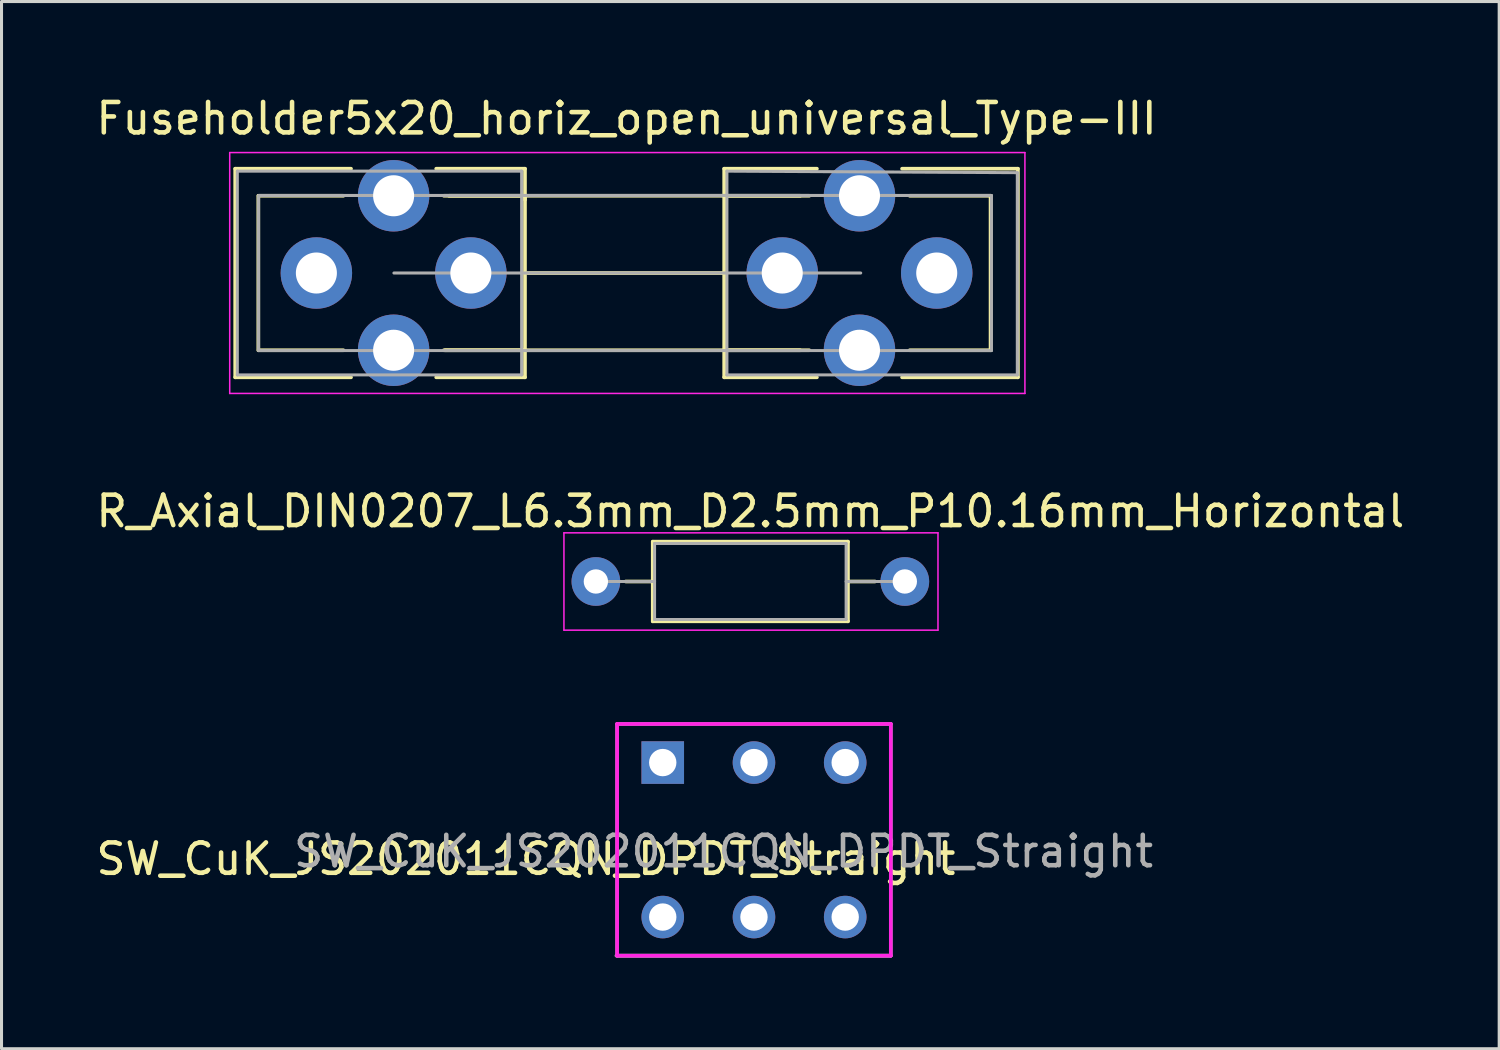
<source format=kicad_pcb>
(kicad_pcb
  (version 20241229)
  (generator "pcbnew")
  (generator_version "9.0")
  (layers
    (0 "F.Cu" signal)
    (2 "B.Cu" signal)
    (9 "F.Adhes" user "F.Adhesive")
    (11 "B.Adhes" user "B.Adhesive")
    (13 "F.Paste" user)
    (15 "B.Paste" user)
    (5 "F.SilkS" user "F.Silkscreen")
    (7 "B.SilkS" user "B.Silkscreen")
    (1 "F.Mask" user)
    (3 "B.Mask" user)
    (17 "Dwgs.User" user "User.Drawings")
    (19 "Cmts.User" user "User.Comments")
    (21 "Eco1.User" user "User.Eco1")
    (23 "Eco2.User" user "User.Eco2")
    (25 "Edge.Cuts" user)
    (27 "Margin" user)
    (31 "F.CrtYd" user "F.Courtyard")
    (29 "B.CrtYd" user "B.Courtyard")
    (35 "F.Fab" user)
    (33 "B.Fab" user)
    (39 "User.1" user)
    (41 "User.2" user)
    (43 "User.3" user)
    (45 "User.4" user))
  (footprint "R_Axial_DIN0207_L6.3mm_D2.5mm_P10.16mm_Horizontal"
    (layer "F.Cu")
    (at 16.545 16.072)
    (property "Reference" "R_Axial_DIN0207_L6.3mm_D2.5mm_P10.16mm_Horizontal" (at 5.08 -2.31 0) (layer "F.SilkS") (effects (font (size 1 1) (thickness 0.15))))
    (attr through_hole)
    (fp_line (start 0.98 0) (end 1.87 0) (stroke (width 0.12) (type solid)) (layer "F.SilkS"))
    (fp_line (start 1.87 -1.31) (end 1.87 1.31) (stroke (width 0.12) (type solid)) (layer "F.SilkS"))
    (fp_line (start 1.87 1.31) (end 8.29 1.31) (stroke (width 0.12) (type solid)) (layer "F.SilkS"))
    (fp_line (start 8.29 -1.31) (end 1.87 -1.31) (stroke (width 0.12) (type solid)) (layer "F.SilkS"))
    (fp_line (start 8.29 1.31) (end 8.29 -1.31) (stroke (width 0.12) (type solid)) (layer "F.SilkS"))
    (fp_line (start 9.18 0) (end 8.29 0) (stroke (width 0.12) (type solid)) (layer "F.SilkS"))
    (fp_line (start -1.05 -1.6) (end -1.05 1.6) (stroke (width 0.05) (type solid)) (layer "F.CrtYd"))
    (fp_line (start -1.05 1.6) (end 11.25 1.6) (stroke (width 0.05) (type solid)) (layer "F.CrtYd"))
    (fp_line (start 11.25 -1.6) (end -1.05 -1.6) (stroke (width 0.05) (type solid)) (layer "F.CrtYd"))
    (fp_line (start 11.25 1.6) (end 11.25 -1.6) (stroke (width 0.05) (type solid)) (layer "F.CrtYd"))
    (fp_line (start 0 0) (end 1.93 0) (stroke (width 0.1) (type solid)) (layer "F.Fab"))
    (fp_line (start 1.93 -1.25) (end 1.93 1.25) (stroke (width 0.1) (type solid)) (layer "F.Fab"))
    (fp_line (start 1.93 1.25) (end 8.23 1.25) (stroke (width 0.1) (type solid)) (layer "F.Fab"))
    (fp_line (start 8.23 -1.25) (end 1.93 -1.25) (stroke (width 0.1) (type solid)) (layer "F.Fab"))
    (fp_line (start 8.23 1.25) (end 8.23 -1.25) (stroke (width 0.1) (type solid)) (layer "F.Fab"))
    (fp_line (start 10.16 0) (end 8.23 0) (stroke (width 0.1) (type solid)) (layer "F.Fab"))
    (pad "1" thru_hole circle (at 0 0) (size 1.6 1.6) (drill 0.8) (layers "*.Cu" "*.Mask"))
    (pad "2" thru_hole oval (at 10.16 0) (size 1.6 1.6) (drill 0.8) (layers "*.Cu" "*.Mask")))
  (footprint "Fuseholder5x20_horiz_open_universal_Type-III"
    (layer "F.Cu")
    (at 7.354 5.928)
    (property "Reference" "Fuseholder5x20_horiz_open_universal_Type-III" (at 10.2 -5.08 0) (layer "F.SilkS") (effects (font (size 1 1) (thickness 0.15))))
    (attr through_hole)
    (fp_line (start -2.67 -3.43) (end -2.67 3.43) (stroke (width 0.12) (type solid)) (layer "F.SilkS"))
    (fp_line (start -2.67 -3.43) (end 1.14 -3.43) (stroke (width 0.12) (type solid)) (layer "F.SilkS"))
    (fp_line (start -2.67 3.43) (end 1.14 3.43) (stroke (width 0.12) (type solid)) (layer "F.SilkS"))
    (fp_line (start -1.91 -2.54) (end -1.91 2.54) (stroke (width 0.12) (type solid)) (layer "F.SilkS"))
    (fp_line (start -1.9 -2.54) (end 0.89 -2.54) (stroke (width 0.12) (type solid)) (layer "F.SilkS"))
    (fp_line (start -1.9 2.54) (end 0.89 2.54) (stroke (width 0.12) (type solid)) (layer "F.SilkS"))
    (fp_line (start 4.36 -2.54) (end 15.91 -2.54) (stroke (width 0.12) (type solid)) (layer "F.SilkS"))
    (fp_line (start 6.86 -3.43) (end 3.94 -3.43) (stroke (width 0.12) (type solid)) (layer "F.SilkS"))
    (fp_line (start 6.86 -3.43) (end 6.86 -2.41) (stroke (width 0.12) (type solid)) (layer "F.SilkS"))
    (fp_line (start 6.86 -2.54) (end 4.19 -2.54) (stroke (width 0.12) (type solid)) (layer "F.SilkS"))
    (fp_line (start 6.86 0) (end 6.86 -2.54) (stroke (width 0.12) (type solid)) (layer "F.SilkS"))
    (fp_line (start 6.86 2.54) (end 4.19 2.54) (stroke (width 0.12) (type solid)) (layer "F.SilkS"))
    (fp_line (start 6.86 2.54) (end 6.86 0) (stroke (width 0.12) (type solid)) (layer "F.SilkS"))
    (fp_line (start 6.86 3.43) (end 3.94 3.43) (stroke (width 0.12) (type solid)) (layer "F.SilkS"))
    (fp_line (start 6.86 3.43) (end 6.86 2.54) (stroke (width 0.12) (type solid)) (layer "F.SilkS"))
    (fp_line (start 6.95 0) (end 13.45 0) (stroke (width 0.12) (type solid)) (layer "F.SilkS"))
    (fp_line (start 13.41 -3.43) (end 13.41 -2.54) (stroke (width 0.12) (type solid)) (layer "F.SilkS"))
    (fp_line (start 13.41 -3.43) (end 16.46 -3.43) (stroke (width 0.12) (type solid)) (layer "F.SilkS"))
    (fp_line (start 13.41 -2.54) (end 16.21 -2.54) (stroke (width 0.12) (type solid)) (layer "F.SilkS"))
    (fp_line (start 13.41 0) (end 13.41 -2.54) (stroke (width 0.12) (type solid)) (layer "F.SilkS"))
    (fp_line (start 13.41 2.54) (end 13.41 0) (stroke (width 0.12) (type solid)) (layer "F.SilkS"))
    (fp_line (start 13.41 2.54) (end 16.21 2.54) (stroke (width 0.12) (type solid)) (layer "F.SilkS"))
    (fp_line (start 13.41 3.43) (end 13.41 2.54) (stroke (width 0.12) (type solid)) (layer "F.SilkS"))
    (fp_line (start 13.41 3.43) (end 16.46 3.43) (stroke (width 0.12) (type solid)) (layer "F.SilkS"))
    (fp_line (start 15.91 2.54) (end 4.23 2.54) (stroke (width 0.12) (type solid)) (layer "F.SilkS"))
    (fp_line (start 22.17 -2.54) (end 22.17 2.54) (stroke (width 0.12) (type solid)) (layer "F.SilkS"))
    (fp_line (start 22.18 -2.54) (end 19.51 -2.54) (stroke (width 0.12) (type solid)) (layer "F.SilkS"))
    (fp_line (start 22.18 2.54) (end 19.51 2.54) (stroke (width 0.12) (type solid)) (layer "F.SilkS"))
    (fp_line (start 23.07 -3.43) (end 19.26 -3.43) (stroke (width 0.12) (type solid)) (layer "F.SilkS"))
    (fp_line (start 23.07 -3.43) (end 23.07 3.43) (stroke (width 0.12) (type solid)) (layer "F.SilkS"))
    (fp_line (start 23.07 3.43) (end 19.26 3.43) (stroke (width 0.12) (type solid)) (layer "F.SilkS"))
    (fp_line (start -2.85 -3.96) (end -2.85 3.96) (stroke (width 0.05) (type solid)) (layer "F.CrtYd"))
    (fp_line (start -2.85 -3.96) (end 23.3 -3.96) (stroke (width 0.05) (type solid)) (layer "F.CrtYd"))
    (fp_line (start 23.3 3.96) (end -2.85 3.96) (stroke (width 0.05) (type solid)) (layer "F.CrtYd"))
    (fp_line (start 23.3 3.96) (end 23.3 -3.96) (stroke (width 0.05) (type solid)) (layer "F.CrtYd"))
    (fp_line (start -2.6 -3.35) (end 6.75 -3.35) (stroke (width 0.1) (type solid)) (layer "F.Fab"))
    (fp_line (start -2.6 3.35) (end -2.6 -3.35) (stroke (width 0.1) (type solid)) (layer "F.Fab"))
    (fp_line (start -1.9 -2.55) (end 22.2 -2.55) (stroke (width 0.1) (type solid)) (layer "F.Fab"))
    (fp_line (start -1.9 2.55) (end -1.9 -2.5) (stroke (width 0.1) (type solid)) (layer "F.Fab"))
    (fp_line (start 2.55 0) (end 17.9 0) (stroke (width 0.1) (type solid)) (layer "F.Fab"))
    (fp_line (start 6.75 -3.35) (end 6.75 3.35) (stroke (width 0.1) (type solid)) (layer "F.Fab"))
    (fp_line (start 6.75 3.35) (end -2.6 3.35) (stroke (width 0.1) (type solid)) (layer "F.Fab"))
    (fp_line (start 13.5 -3.35) (end 13.5 3.35) (stroke (width 0.1) (type solid)) (layer "F.Fab"))
    (fp_line (start 13.5 3.35) (end 23.05 3.35) (stroke (width 0.1) (type solid)) (layer "F.Fab"))
    (fp_line (start 22.2 -2.55) (end 22.2 2.55) (stroke (width 0.1) (type solid)) (layer "F.Fab"))
    (fp_line (start 22.2 2.55) (end -1.9 2.55) (stroke (width 0.1) (type solid)) (layer "F.Fab"))
    (fp_line (start 23.05 -3.3) (end 13.5 -3.35) (stroke (width 0.1) (type solid)) (layer "F.Fab"))
    (fp_line (start 23.05 3.35) (end 23.05 -3.3) (stroke (width 0.1) (type solid)) (layer "F.Fab"))
    (pad "1" thru_hole circle (at 0 0) (size 2.35 2.35) (drill 1.35) (layers "*.Cu" "*.Mask"))
    (pad "1" thru_hole circle (at 2.54 -2.54) (size 2.35 2.35) (drill 1.35) (layers "*.Cu" "*.Mask"))
    (pad "1" thru_hole circle (at 2.54 2.54) (size 2.35 2.35) (drill 1.35) (layers "*.Cu" "*.Mask"))
    (pad "1" thru_hole circle (at 5.08 0) (size 2.35 2.35) (drill 1.35) (layers "*.Cu" "*.Mask"))
    (pad "2" thru_hole circle (at 15.32 0) (size 2.35 2.35) (drill 1.35) (layers "*.Cu" "*.Mask"))
    (pad "2" thru_hole circle (at 17.86 -2.54) (size 2.35 2.35) (drill 1.35) (layers "*.Cu" "*.Mask"))
    (pad "2" thru_hole circle (at 17.86 2.54) (size 2.35 2.35) (drill 1.35) (layers "*.Cu" "*.Mask"))
    (pad "2" thru_hole circle (at 20.4 0) (size 2.35 2.35) (drill 1.35) (layers "*.Cu" "*.Mask")))
  (footprint "SW_CuK_JS202011CQN_DPDT_Straight"
    (layer "F.Cu")
    (at 21.744 24.567)
    (property "Reference" "SW_CuK_JS202011CQN_DPDT_Straight" (at -7.5 0.63 0) (layer "F.SilkS") (effects (font (size 1 1) (thickness 0.15))))
    (attr through_hole)
    (fp_line (start -4.5 -3.81) (end 4.5 -3.81) (stroke (width 0.12) (type solid)) (layer "F.CrtYd"))
    (fp_line (start -4.5 3.81) (end -4.5 -3.81) (stroke (width 0.12) (type solid)) (layer "F.CrtYd"))
    (fp_line (start -4.5 3.81) (end 4.5 3.81) (stroke (width 0.12) (type solid)) (layer "F.CrtYd"))
    (fp_line (start 4.5 -3.81) (end 4.5 3.81) (stroke (width 0.12) (type solid)) (layer "F.CrtYd"))
    (fp_line (start -4.524 3.81) (end 4.493 3.81) (stroke (width 0.12) (type solid)) (layer "F.Fab"))
    (fp_line (start -4.5 -3.81) (end 4.5 -3.81) (stroke (width 0.12) (type solid)) (layer "F.Fab"))
    (fp_line (start -4.5 3.81) (end -4.5 -3.81) (stroke (width 0.12) (type solid)) (layer "F.Fab"))
    (fp_line (start -4.5 3.81) (end 4.5 3.81) (stroke (width 0.12) (type solid)) (layer "F.Fab"))
    (fp_line (start 4.5 -3.81) (end 4.5 3.81) (stroke (width 0.12) (type solid)) (layer "F.Fab"))
    (fp_text user "${REFERENCE}" (at -1 0.38 0) (layer "F.Fab") (effects (font (size 1 1) (thickness 0.15))))
    (pad "1" thru_hole rect (at -3 -2.54) (size 1.4 1.4) (drill 0.9) (layers "*.Cu" "*.Mask"))
    (pad "2" thru_hole circle (at 0 -2.54) (size 1.4 1.4) (drill 0.9) (layers "*.Cu" "*.Mask"))
    (pad "3" thru_hole circle (at 3 -2.54) (size 1.4 1.4) (drill 0.9) (layers "*.Cu" "*.Mask"))
    (pad "4" thru_hole circle (at -3 2.54) (size 1.4 1.4) (drill 0.9) (layers "*.Cu" "*.Mask"))
    (pad "5" thru_hole circle (at 0 2.54) (size 1.4 1.4) (drill 0.9) (layers "*.Cu" "*.Mask"))
    (pad "6" thru_hole circle (at 3 2.54) (size 1.4 1.4) (drill 0.9) (layers "*.Cu" "*.Mask")))
  (gr_rect
    (start -3 -3)
    (end 46.25 31.436)
    (stroke (width 0.1) (type default))
    (fill no)
    (layer "Edge.Cuts")))
</source>
